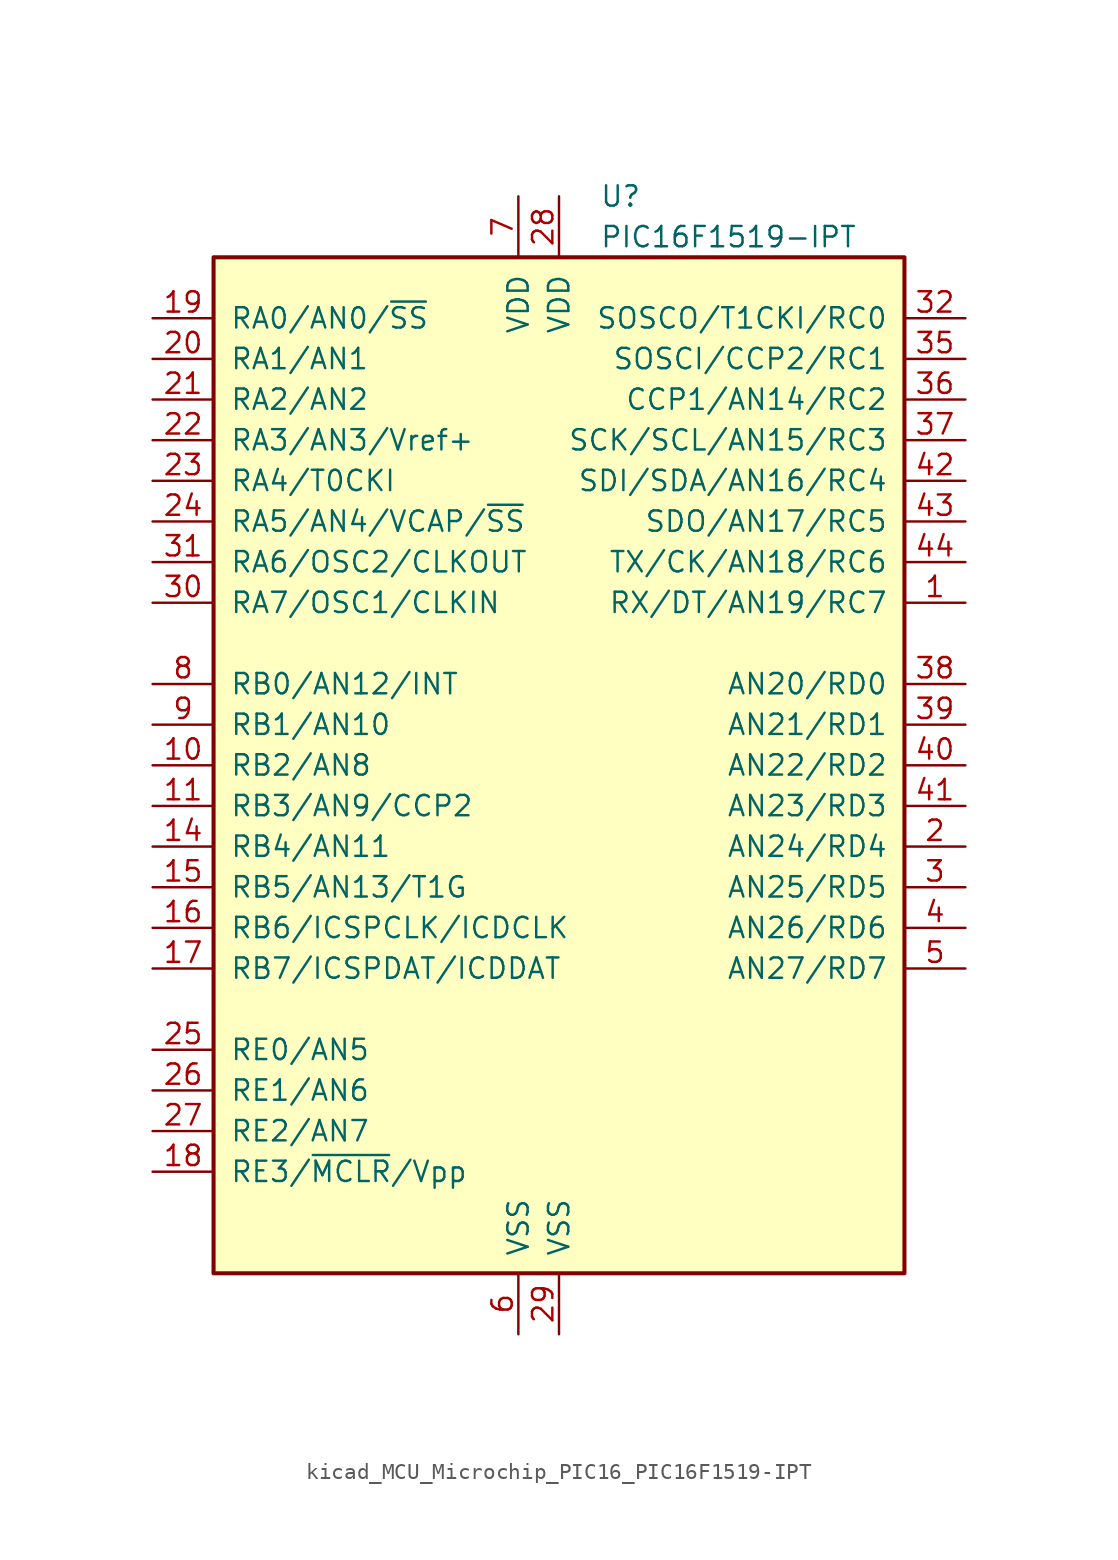
<source format=kicad_sym>
(kicad_symbol_lib
  (version 20220914)
  (generator kicad_symbol_editor)
  (symbol "kicad_MCU_Microchip_PIC16_PIC16F1519-IPT"
    (pin_names
      (offset 1.016))
    (property "Reference" "U"
      (at 2.54 35.56 0)
      (effects (font (size 1.27 1.27)) (justify left)))
    (property "Value" "PIC16F1519-IPT"
      (at 2.54 33.02 0)
      (effects (font (size 1.27 1.27)) (justify left)))
    (symbol "kicad_MCU_Microchip_PIC16_PIC16F1519-IPT_0_1"
      (rectangle (start -21.59 31.75) (end 21.59 -31.75) (stroke (width 0.254) (type default)) (fill (type background))))
    (symbol "kicad_MCU_Microchip_PIC16_PIC16F1519-IPT_1_1"
      (pin bidirectional line (at 25.4 10.16 180) (length 3.81) (name "RX/DT/AN19/RC7" (effects (font (size 1.27 1.27)))) (number "1" (effects (font (size 1.27 1.27)))))
      (pin bidirectional line (at -25.4 0 0) (length 3.81) (name "RB2/AN8" (effects (font (size 1.27 1.27)))) (number "10" (effects (font (size 1.27 1.27)))))
      (pin bidirectional line (at -25.4 -2.54 0) (length 3.81) (name "RB3/AN9/CCP2" (effects (font (size 1.27 1.27)))) (number "11" (effects (font (size 1.27 1.27)))))
      (pin bidirectional line (at -25.4 -5.08 0) (length 3.81) (name "RB4/AN11" (effects (font (size 1.27 1.27)))) (number "14" (effects (font (size 1.27 1.27)))))
      (pin bidirectional line (at -25.4 -7.62 0) (length 3.81) (name "RB5/AN13/T1G" (effects (font (size 1.27 1.27)))) (number "15" (effects (font (size 1.27 1.27)))))
      (pin bidirectional line (at -25.4 -10.16 0) (length 3.81) (name "RB6/ICSPCLK/ICDCLK" (effects (font (size 1.27 1.27)))) (number "16" (effects (font (size 1.27 1.27)))))
      (pin bidirectional line (at -25.4 -12.7 0) (length 3.81) (name "RB7/ICSPDAT/ICDDAT" (effects (font (size 1.27 1.27)))) (number "17" (effects (font (size 1.27 1.27)))))
      (pin input line (at -25.4 -25.4 0) (length 3.81) (name "RE3/~{MCLR}/Vpp" (effects (font (size 1.27 1.27)))) (number "18" (effects (font (size 1.27 1.27)))))
      (pin bidirectional line (at -25.4 27.94 0) (length 3.81) (name "RA0/AN0/~{SS}" (effects (font (size 1.27 1.27)))) (number "19" (effects (font (size 1.27 1.27)))))
      (pin bidirectional line (at 25.4 -5.08 180) (length 3.81) (name "AN24/RD4" (effects (font (size 1.27 1.27)))) (number "2" (effects (font (size 1.27 1.27)))))
      (pin bidirectional line (at -25.4 25.4 0) (length 3.81) (name "RA1/AN1" (effects (font (size 1.27 1.27)))) (number "20" (effects (font (size 1.27 1.27)))))
      (pin bidirectional line (at -25.4 22.86 0) (length 3.81) (name "RA2/AN2" (effects (font (size 1.27 1.27)))) (number "21" (effects (font (size 1.27 1.27)))))
      (pin bidirectional line (at -25.4 20.32 0) (length 3.81) (name "RA3/AN3/Vref+" (effects (font (size 1.27 1.27)))) (number "22" (effects (font (size 1.27 1.27)))))
      (pin bidirectional line (at -25.4 17.78 0) (length 3.81) (name "RA4/T0CKI" (effects (font (size 1.27 1.27)))) (number "23" (effects (font (size 1.27 1.27)))))
      (pin bidirectional line (at -25.4 15.24 0) (length 3.81) (name "RA5/AN4/VCAP/~{SS}" (effects (font (size 1.27 1.27)))) (number "24" (effects (font (size 1.27 1.27)))))
      (pin bidirectional line (at -25.4 -17.78 0) (length 3.81) (name "RE0/AN5" (effects (font (size 1.27 1.27)))) (number "25" (effects (font (size 1.27 1.27)))))
      (pin bidirectional line (at -25.4 -20.32 0) (length 3.81) (name "RE1/AN6" (effects (font (size 1.27 1.27)))) (number "26" (effects (font (size 1.27 1.27)))))
      (pin bidirectional line (at -25.4 -22.86 0) (length 3.81) (name "RE2/AN7" (effects (font (size 1.27 1.27)))) (number "27" (effects (font (size 1.27 1.27)))))
      (pin power_in line (at 0 35.56 270) (length 3.81) (name "VDD" (effects (font (size 1.27 1.27)))) (number "28" (effects (font (size 1.27 1.27)))))
      (pin power_in line (at 0 -35.56 90) (length 3.81) (name "VSS" (effects (font (size 1.27 1.27)))) (number "29" (effects (font (size 1.27 1.27)))))
      (pin bidirectional line (at 25.4 -7.62 180) (length 3.81) (name "AN25/RD5" (effects (font (size 1.27 1.27)))) (number "3" (effects (font (size 1.27 1.27)))))
      (pin bidirectional line (at -25.4 10.16 0) (length 3.81) (name "RA7/OSC1/CLKIN" (effects (font (size 1.27 1.27)))) (number "30" (effects (font (size 1.27 1.27)))))
      (pin bidirectional line (at -25.4 12.7 0) (length 3.81) (name "RA6/OSC2/CLKOUT" (effects (font (size 1.27 1.27)))) (number "31" (effects (font (size 1.27 1.27)))))
      (pin bidirectional line (at 25.4 27.94 180) (length 3.81) (name "SOSCO/T1CKI/RC0" (effects (font (size 1.27 1.27)))) (number "32" (effects (font (size 1.27 1.27)))))
      (pin bidirectional line (at 25.4 25.4 180) (length 3.81) (name "SOSCI/CCP2/RC1" (effects (font (size 1.27 1.27)))) (number "35" (effects (font (size 1.27 1.27)))))
      (pin bidirectional line (at 25.4 22.86 180) (length 3.81) (name "CCP1/AN14/RC2" (effects (font (size 1.27 1.27)))) (number "36" (effects (font (size 1.27 1.27)))))
      (pin bidirectional line (at 25.4 20.32 180) (length 3.81) (name "SCK/SCL/AN15/RC3" (effects (font (size 1.27 1.27)))) (number "37" (effects (font (size 1.27 1.27)))))
      (pin bidirectional line (at 25.4 5.08 180) (length 3.81) (name "AN20/RD0" (effects (font (size 1.27 1.27)))) (number "38" (effects (font (size 1.27 1.27)))))
      (pin bidirectional line (at 25.4 2.54 180) (length 3.81) (name "AN21/RD1" (effects (font (size 1.27 1.27)))) (number "39" (effects (font (size 1.27 1.27)))))
      (pin bidirectional line (at 25.4 -10.16 180) (length 3.81) (name "AN26/RD6" (effects (font (size 1.27 1.27)))) (number "4" (effects (font (size 1.27 1.27)))))
      (pin bidirectional line (at 25.4 0 180) (length 3.81) (name "AN22/RD2" (effects (font (size 1.27 1.27)))) (number "40" (effects (font (size 1.27 1.27)))))
      (pin bidirectional line (at 25.4 -2.54 180) (length 3.81) (name "AN23/RD3" (effects (font (size 1.27 1.27)))) (number "41" (effects (font (size 1.27 1.27)))))
      (pin bidirectional line (at 25.4 17.78 180) (length 3.81) (name "SDI/SDA/AN16/RC4" (effects (font (size 1.27 1.27)))) (number "42" (effects (font (size 1.27 1.27)))))
      (pin bidirectional line (at 25.4 15.24 180) (length 3.81) (name "SDO/AN17/RC5" (effects (font (size 1.27 1.27)))) (number "43" (effects (font (size 1.27 1.27)))))
      (pin bidirectional line (at 25.4 12.7 180) (length 3.81) (name "TX/CK/AN18/RC6" (effects (font (size 1.27 1.27)))) (number "44" (effects (font (size 1.27 1.27)))))
      (pin bidirectional line (at 25.4 -12.7 180) (length 3.81) (name "AN27/RD7" (effects (font (size 1.27 1.27)))) (number "5" (effects (font (size 1.27 1.27)))))
      (pin power_in line (at -2.54 -35.56 90) (length 3.81) (name "VSS" (effects (font (size 1.27 1.27)))) (number "6" (effects (font (size 1.27 1.27)))))
      (pin power_in line (at -2.54 35.56 270) (length 3.81) (name "VDD" (effects (font (size 1.27 1.27)))) (number "7" (effects (font (size 1.27 1.27)))))
      (pin bidirectional line (at -25.4 5.08 0) (length 3.81) (name "RB0/AN12/INT" (effects (font (size 1.27 1.27)))) (number "8" (effects (font (size 1.27 1.27)))))
      (pin bidirectional line (at -25.4 2.54 0) (length 3.81) (name "RB1/AN10" (effects (font (size 1.27 1.27)))) (number "9" (effects (font (size 1.27 1.27))))))))
</source>
